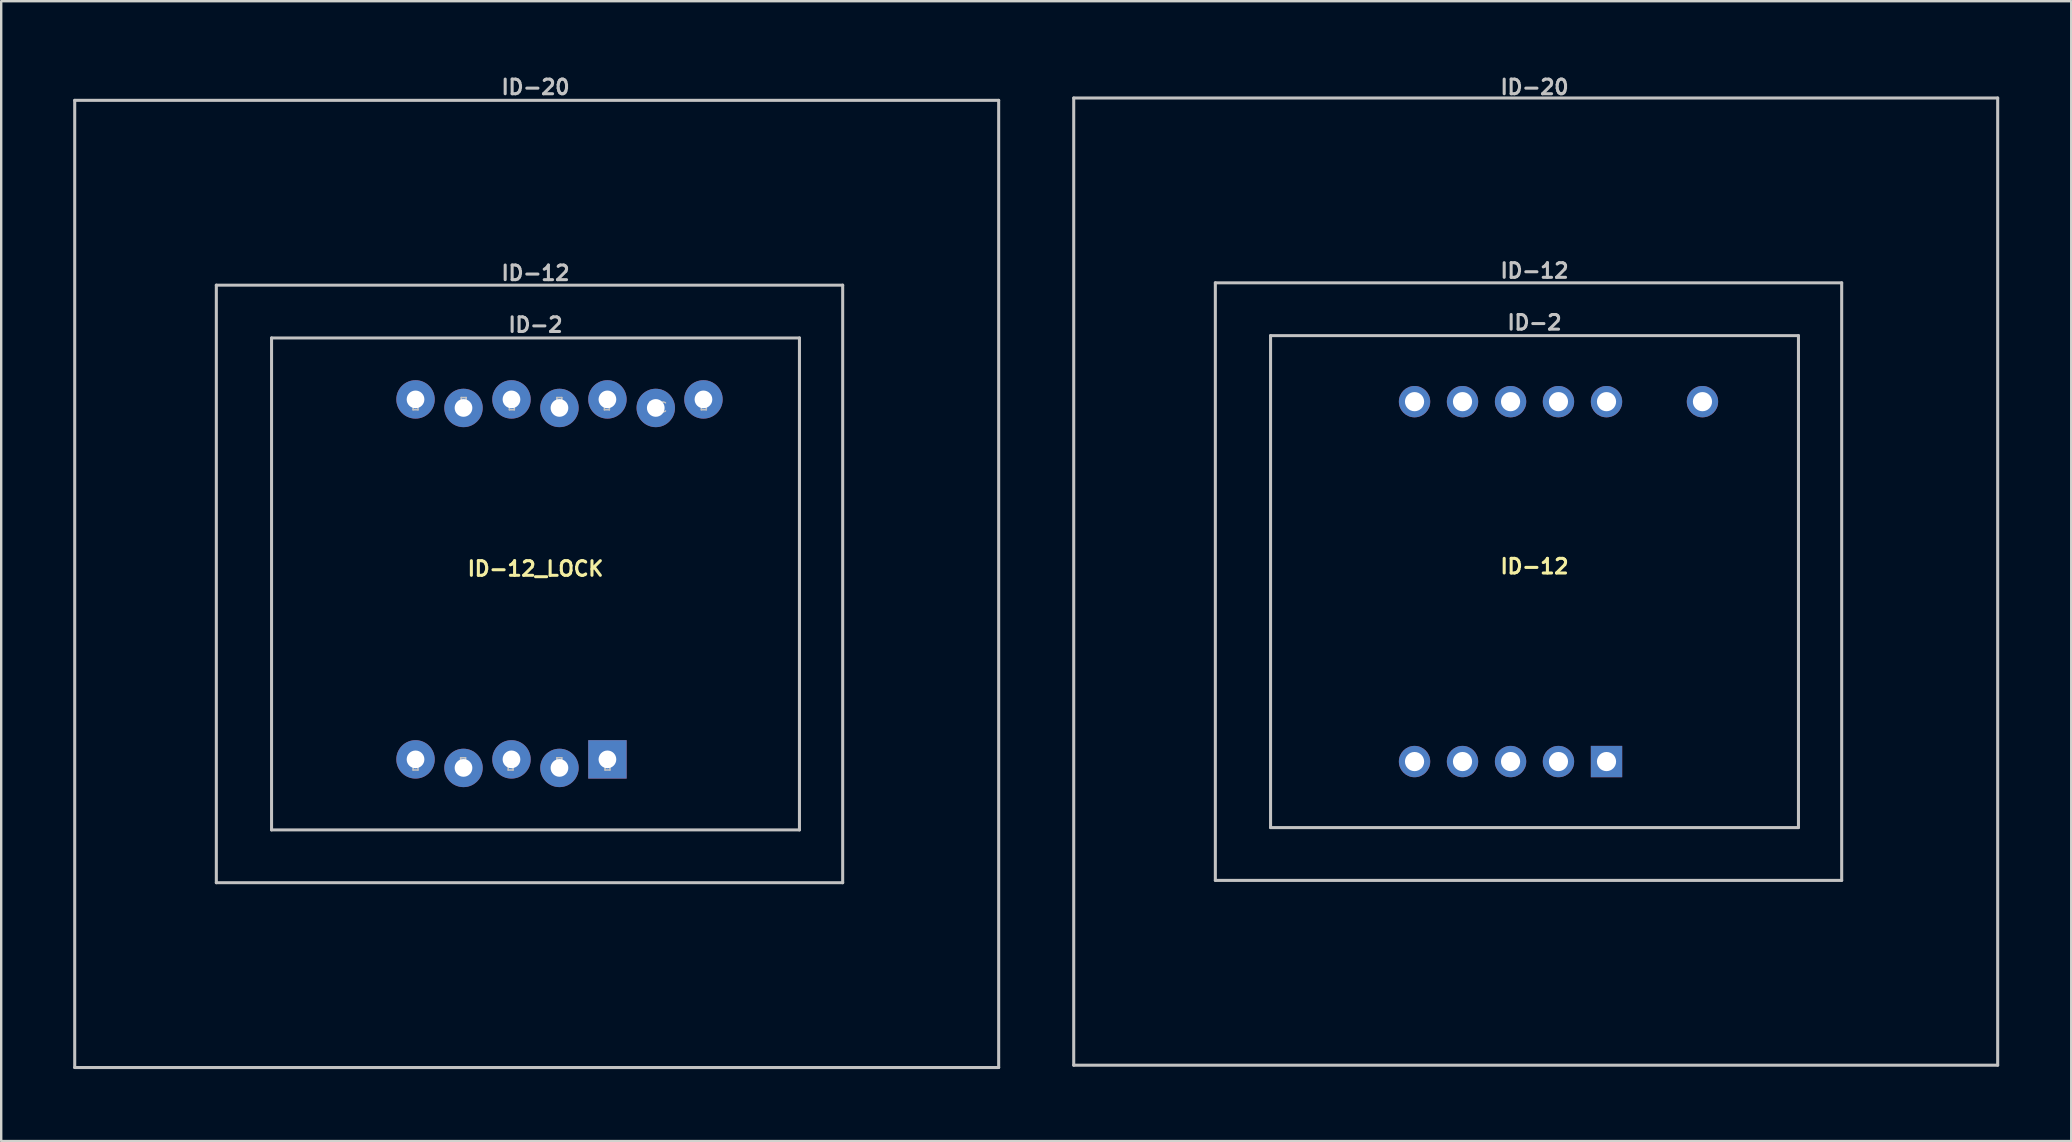
<source format=kicad_pcb>
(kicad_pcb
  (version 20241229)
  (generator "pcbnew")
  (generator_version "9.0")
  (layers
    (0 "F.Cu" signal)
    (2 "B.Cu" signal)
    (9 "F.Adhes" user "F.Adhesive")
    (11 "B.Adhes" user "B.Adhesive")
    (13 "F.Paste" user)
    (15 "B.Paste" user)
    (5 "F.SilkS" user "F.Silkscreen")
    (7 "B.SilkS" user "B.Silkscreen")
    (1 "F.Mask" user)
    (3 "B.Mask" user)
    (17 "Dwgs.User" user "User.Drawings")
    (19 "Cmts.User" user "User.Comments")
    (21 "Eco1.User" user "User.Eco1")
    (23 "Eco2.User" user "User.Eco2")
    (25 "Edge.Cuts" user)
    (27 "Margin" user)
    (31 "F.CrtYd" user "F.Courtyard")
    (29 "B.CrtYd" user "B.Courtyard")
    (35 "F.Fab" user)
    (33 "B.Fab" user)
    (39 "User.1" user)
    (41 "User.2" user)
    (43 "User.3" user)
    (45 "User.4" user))
  (footprint "ID-12_LOCK"
    (layer "F.Cu")
    (at 19.263 21.281)
    (property "Reference" "ID-12_LOCK" (at 0 -0.635 0) (layer "F.SilkS") (effects (font (size 0.61 0.61) (thickness 0.127))))
    (attr exclude_from_pos_files exclude_from_bom)
    (fp_line (start -19.2 -20.15) (end 19.299 -20.15) (stroke (width 0.127) (type solid)) (layer "Dwgs.User"))
    (fp_line (start -19.2 20.15) (end -19.2 -20.15) (stroke (width 0.127) (type solid)) (layer "Dwgs.User"))
    (fp_line (start -13.299 -12.449) (end -13.299 12.449) (stroke (width 0.127) (type solid)) (layer "Dwgs.User"))
    (fp_line (start -13.299 12.449) (end 12.799 12.449) (stroke (width 0.127) (type solid)) (layer "Dwgs.User"))
    (fp_line (start -10.998 -10.249) (end 10.998 -10.249) (stroke (width 0.127) (type solid)) (layer "Dwgs.User"))
    (fp_line (start -10.998 10.249) (end -10.998 -10.249) (stroke (width 0.127) (type solid)) (layer "Dwgs.User"))
    (fp_line (start -5.1 -7.765) (end -4.897 -7.765) (stroke (width 0.066) (type solid)) (layer "Dwgs.User"))
    (fp_line (start -5.1 -7.257) (end -5.1 -7.765) (stroke (width 0.066) (type solid)) (layer "Dwgs.User"))
    (fp_line (start -5.1 -7.257) (end -4.897 -7.257) (stroke (width 0.066) (type solid)) (layer "Dwgs.User"))
    (fp_line (start -5.1 7.244) (end -4.897 7.244) (stroke (width 0.066) (type solid)) (layer "Dwgs.User"))
    (fp_line (start -5.1 7.752) (end -5.1 7.244) (stroke (width 0.066) (type solid)) (layer "Dwgs.User"))
    (fp_line (start -5.1 7.752) (end -4.897 7.752) (stroke (width 0.066) (type solid)) (layer "Dwgs.User"))
    (fp_line (start -4.897 -7.257) (end -4.897 -7.765) (stroke (width 0.066) (type solid)) (layer "Dwgs.User"))
    (fp_line (start -4.897 7.752) (end -4.897 7.244) (stroke (width 0.066) (type solid)) (layer "Dwgs.User"))
    (fp_line (start -3.119 7.244) (end -2.916 7.244) (stroke (width 0.066) (type solid)) (layer "Dwgs.User"))
    (fp_line (start -3.119 7.752) (end -3.119 7.244) (stroke (width 0.066) (type solid)) (layer "Dwgs.User"))
    (fp_line (start -3.119 7.752) (end -2.916 7.752) (stroke (width 0.066) (type solid)) (layer "Dwgs.User"))
    (fp_line (start -3.094 -7.765) (end -2.891 -7.765) (stroke (width 0.066) (type solid)) (layer "Dwgs.User"))
    (fp_line (start -3.094 -7.257) (end -3.094 -7.765) (stroke (width 0.066) (type solid)) (layer "Dwgs.User"))
    (fp_line (start -3.094 -7.257) (end -2.891 -7.257) (stroke (width 0.066) (type solid)) (layer "Dwgs.User"))
    (fp_line (start -2.916 7.752) (end -2.916 7.244) (stroke (width 0.066) (type solid)) (layer "Dwgs.User"))
    (fp_line (start -2.891 -7.257) (end -2.891 -7.765) (stroke (width 0.066) (type solid)) (layer "Dwgs.User"))
    (fp_line (start -1.138 7.244) (end -0.935 7.244) (stroke (width 0.066) (type solid)) (layer "Dwgs.User"))
    (fp_line (start -1.138 7.752) (end -1.138 7.244) (stroke (width 0.066) (type solid)) (layer "Dwgs.User"))
    (fp_line (start -1.138 7.752) (end -0.935 7.752) (stroke (width 0.066) (type solid)) (layer "Dwgs.User"))
    (fp_line (start -1.087 -7.765) (end -0.884 -7.765) (stroke (width 0.066) (type solid)) (layer "Dwgs.User"))
    (fp_line (start -1.087 -7.257) (end -1.087 -7.765) (stroke (width 0.066) (type solid)) (layer "Dwgs.User"))
    (fp_line (start -1.087 -7.257) (end -0.884 -7.257) (stroke (width 0.066) (type solid)) (layer "Dwgs.User"))
    (fp_line (start -0.935 7.752) (end -0.935 7.244) (stroke (width 0.066) (type solid)) (layer "Dwgs.User"))
    (fp_line (start -0.884 -7.257) (end -0.884 -7.765) (stroke (width 0.066) (type solid)) (layer "Dwgs.User"))
    (fp_line (start 0.892 -7.765) (end 1.095 -7.765) (stroke (width 0.066) (type solid)) (layer "Dwgs.User"))
    (fp_line (start 0.892 -7.257) (end 0.892 -7.765) (stroke (width 0.066) (type solid)) (layer "Dwgs.User"))
    (fp_line (start 0.892 -7.257) (end 1.095 -7.257) (stroke (width 0.066) (type solid)) (layer "Dwgs.User"))
    (fp_line (start 0.892 7.244) (end 1.095 7.244) (stroke (width 0.066) (type solid)) (layer "Dwgs.User"))
    (fp_line (start 0.892 7.752) (end 0.892 7.244) (stroke (width 0.066) (type solid)) (layer "Dwgs.User"))
    (fp_line (start 0.892 7.752) (end 1.095 7.752) (stroke (width 0.066) (type solid)) (layer "Dwgs.User"))
    (fp_line (start 1.095 -7.257) (end 1.095 -7.765) (stroke (width 0.066) (type solid)) (layer "Dwgs.User"))
    (fp_line (start 1.095 7.752) (end 1.095 7.244) (stroke (width 0.066) (type solid)) (layer "Dwgs.User"))
    (fp_line (start 2.873 -7.765) (end 3.076 -7.765) (stroke (width 0.066) (type solid)) (layer "Dwgs.User"))
    (fp_line (start 2.873 -7.257) (end 2.873 -7.765) (stroke (width 0.066) (type solid)) (layer "Dwgs.User"))
    (fp_line (start 2.873 -7.257) (end 3.076 -7.257) (stroke (width 0.066) (type solid)) (layer "Dwgs.User"))
    (fp_line (start 2.898 7.244) (end 3.101 7.244) (stroke (width 0.066) (type solid)) (layer "Dwgs.User"))
    (fp_line (start 2.898 7.752) (end 2.898 7.244) (stroke (width 0.066) (type solid)) (layer "Dwgs.User"))
    (fp_line (start 2.898 7.752) (end 3.101 7.752) (stroke (width 0.066) (type solid)) (layer "Dwgs.User"))
    (fp_line (start 3.076 -7.257) (end 3.076 -7.765) (stroke (width 0.066) (type solid)) (layer "Dwgs.User"))
    (fp_line (start 3.101 7.752) (end 3.101 7.244) (stroke (width 0.066) (type solid)) (layer "Dwgs.User"))
    (fp_line (start 6.911 -7.765) (end 7.115 -7.765) (stroke (width 0.066) (type solid)) (layer "Dwgs.User"))
    (fp_line (start 6.911 -7.257) (end 6.911 -7.765) (stroke (width 0.066) (type solid)) (layer "Dwgs.User"))
    (fp_line (start 6.911 -7.257) (end 7.115 -7.257) (stroke (width 0.066) (type solid)) (layer "Dwgs.User"))
    (fp_line (start 7.115 -7.257) (end 7.115 -7.765) (stroke (width 0.066) (type solid)) (layer "Dwgs.User"))
    (fp_line (start 10.998 -10.249) (end 10.998 10.249) (stroke (width 0.127) (type solid)) (layer "Dwgs.User"))
    (fp_line (start 10.998 10.249) (end -10.998 10.249) (stroke (width 0.127) (type solid)) (layer "Dwgs.User"))
    (fp_line (start 12.799 -12.449) (end -13.299 -12.449) (stroke (width 0.127) (type solid)) (layer "Dwgs.User"))
    (fp_line (start 12.799 12.449) (end 12.799 -12.449) (stroke (width 0.127) (type solid)) (layer "Dwgs.User"))
    (fp_line (start 19.299 -20.15) (end 19.299 20.15) (stroke (width 0.127) (type solid)) (layer "Dwgs.User"))
    (fp_line (start 19.299 20.15) (end -19.2 20.15) (stroke (width 0.127) (type solid)) (layer "Dwgs.User"))
    (fp_text user "ID-2" (at 0 -10.795 0) (layer "Dwgs.User") (effects (font (size 0.61 0.61) (thickness 0.127))))
    (fp_text user "ID-12" (at 0 -12.954 0) (layer "Dwgs.User") (effects (font (size 0.61 0.61) (thickness 0.127))))
    (fp_text user "NC" (at 5.083 -7.358 0) (layer "Dwgs.User") (effects (font (size 0.406 0.406) (thickness 0.051))))
    (fp_text user "ID-20" (at 0 -20.701 0) (layer "Dwgs.User") (effects (font (size 0.61 0.61) (thickness 0.127))))
    (pad "1" thru_hole rect (at 2.997 7.31) (size 1.6 1.6) (drill 0.737) (layers "*.Cu" "*.Mask"))
    (pad "2" thru_hole circle (at 0.998 7.666) (size 1.6 1.6) (drill 0.737) (layers "*.Cu" "*.Mask"))
    (pad "3" thru_hole circle (at -1.001 7.31) (size 1.6 1.6) (drill 0.737) (layers "*.Cu" "*.Mask"))
    (pad "4" thru_hole circle (at -3 7.666) (size 1.6 1.6) (drill 0.737) (layers "*.Cu" "*.Mask"))
    (pad "5" thru_hole circle (at -4.999 7.31) (size 1.6 1.6) (drill 0.737) (layers "*.Cu" "*.Mask"))
    (pad "6" thru_hole circle (at -4.999 -7.689) (size 1.6 1.6) (drill 0.737) (layers "*.Cu" "*.Mask"))
    (pad "7" thru_hole circle (at -3 -7.333) (size 1.6 1.6) (drill 0.737) (layers "*.Cu" "*.Mask"))
    (pad "8" thru_hole circle (at -1.001 -7.689) (size 1.6 1.6) (drill 0.737) (layers "*.Cu" "*.Mask"))
    (pad "9" thru_hole circle (at 0.998 -7.333) (size 1.6 1.6) (drill 0.737) (layers "*.Cu" "*.Mask"))
    (pad "10" thru_hole circle (at 2.997 -7.689) (size 1.6 1.6) (drill 0.737) (layers "*.Cu" "*.Mask"))
    (pad "11" thru_hole circle (at 6.998 -7.689) (size 1.6 1.6) (drill 0.737) (layers "*.Cu" "*.Mask"))
    (pad "NC" thru_hole circle (at 5.011 -7.333) (size 1.6 1.6) (drill 0.737) (layers "*.Cu" "*.Mask")))
  (footprint "ID-12"
    (layer "F.Cu")
    (at 60.889 21.184)
    (property "Reference" "ID-12" (at 0 -0.635 0) (layer "F.SilkS") (effects (font (size 0.61 0.61) (thickness 0.127))))
    (attr exclude_from_pos_files exclude_from_bom)
    (fp_line (start -19.2 -20.15) (end 19.299 -20.15) (stroke (width 0.127) (type solid)) (layer "Dwgs.User"))
    (fp_line (start -19.2 20.15) (end -19.2 -20.15) (stroke (width 0.127) (type solid)) (layer "Dwgs.User"))
    (fp_line (start -13.299 -12.449) (end -13.299 12.449) (stroke (width 0.127) (type solid)) (layer "Dwgs.User"))
    (fp_line (start -13.299 12.449) (end 12.799 12.449) (stroke (width 0.127) (type solid)) (layer "Dwgs.User"))
    (fp_line (start -10.998 -10.249) (end 10.998 -10.249) (stroke (width 0.127) (type solid)) (layer "Dwgs.User"))
    (fp_line (start -10.998 10.249) (end -10.998 -10.249) (stroke (width 0.127) (type solid)) (layer "Dwgs.User"))
    (fp_line (start 10.998 -10.249) (end 10.998 10.249) (stroke (width 0.127) (type solid)) (layer "Dwgs.User"))
    (fp_line (start 10.998 10.249) (end -10.998 10.249) (stroke (width 0.127) (type solid)) (layer "Dwgs.User"))
    (fp_line (start 12.799 -12.449) (end -13.299 -12.449) (stroke (width 0.127) (type solid)) (layer "Dwgs.User"))
    (fp_line (start 12.799 12.449) (end 12.799 -12.449) (stroke (width 0.127) (type solid)) (layer "Dwgs.User"))
    (fp_line (start 19.299 -20.15) (end 19.299 20.15) (stroke (width 0.127) (type solid)) (layer "Dwgs.User"))
    (fp_line (start 19.299 20.15) (end -19.2 20.15) (stroke (width 0.127) (type solid)) (layer "Dwgs.User"))
    (fp_text user "ID-2" (at 0 -10.795 0) (layer "Dwgs.User") (effects (font (size 0.61 0.61) (thickness 0.127))))
    (fp_text user "ID-20" (at 0 -20.604 0) (layer "Dwgs.User") (effects (font (size 0.61 0.61) (thickness 0.127))))
    (fp_text user "ID-12" (at 0 -12.954 0) (layer "Dwgs.User") (effects (font (size 0.61 0.61) (thickness 0.127))))
    (pad "1" thru_hole rect (at 3 7.498) (size 1.306 1.306) (drill 0.798) (layers "*.Cu" "*.Mask"))
    (pad "2" thru_hole circle (at 0.998 7.498) (size 1.306 1.306) (drill 0.798) (layers "*.Cu" "*.Mask"))
    (pad "3" thru_hole circle (at -0.998 7.498) (size 1.306 1.306) (drill 0.798) (layers "*.Cu" "*.Mask"))
    (pad "4" thru_hole circle (at -3 7.498) (size 1.306 1.306) (drill 0.798) (layers "*.Cu" "*.Mask"))
    (pad "5" thru_hole circle (at -4.999 7.498) (size 1.306 1.306) (drill 0.798) (layers "*.Cu" "*.Mask"))
    (pad "6" thru_hole circle (at -4.999 -7.498) (size 1.306 1.306) (drill 0.798) (layers "*.Cu" "*.Mask"))
    (pad "7" thru_hole circle (at -3 -7.498) (size 1.306 1.306) (drill 0.798) (layers "*.Cu" "*.Mask"))
    (pad "8" thru_hole circle (at -0.998 -7.498) (size 1.306 1.306) (drill 0.798) (layers "*.Cu" "*.Mask"))
    (pad "9" thru_hole circle (at 0.998 -7.498) (size 1.306 1.306) (drill 0.798) (layers "*.Cu" "*.Mask"))
    (pad "10" thru_hole circle (at 3 -7.498) (size 1.306 1.306) (drill 0.798) (layers "*.Cu" "*.Mask"))
    (pad "11" thru_hole circle (at 6.998 -7.498) (size 1.306 1.306) (drill 0.798) (layers "*.Cu" "*.Mask")))
  (gr_rect
    (start -3 -3)
    (end 83.252 44.494)
    (stroke (width 0.1) (type default))
    (fill no)
    (layer "Edge.Cuts")))
</source>
